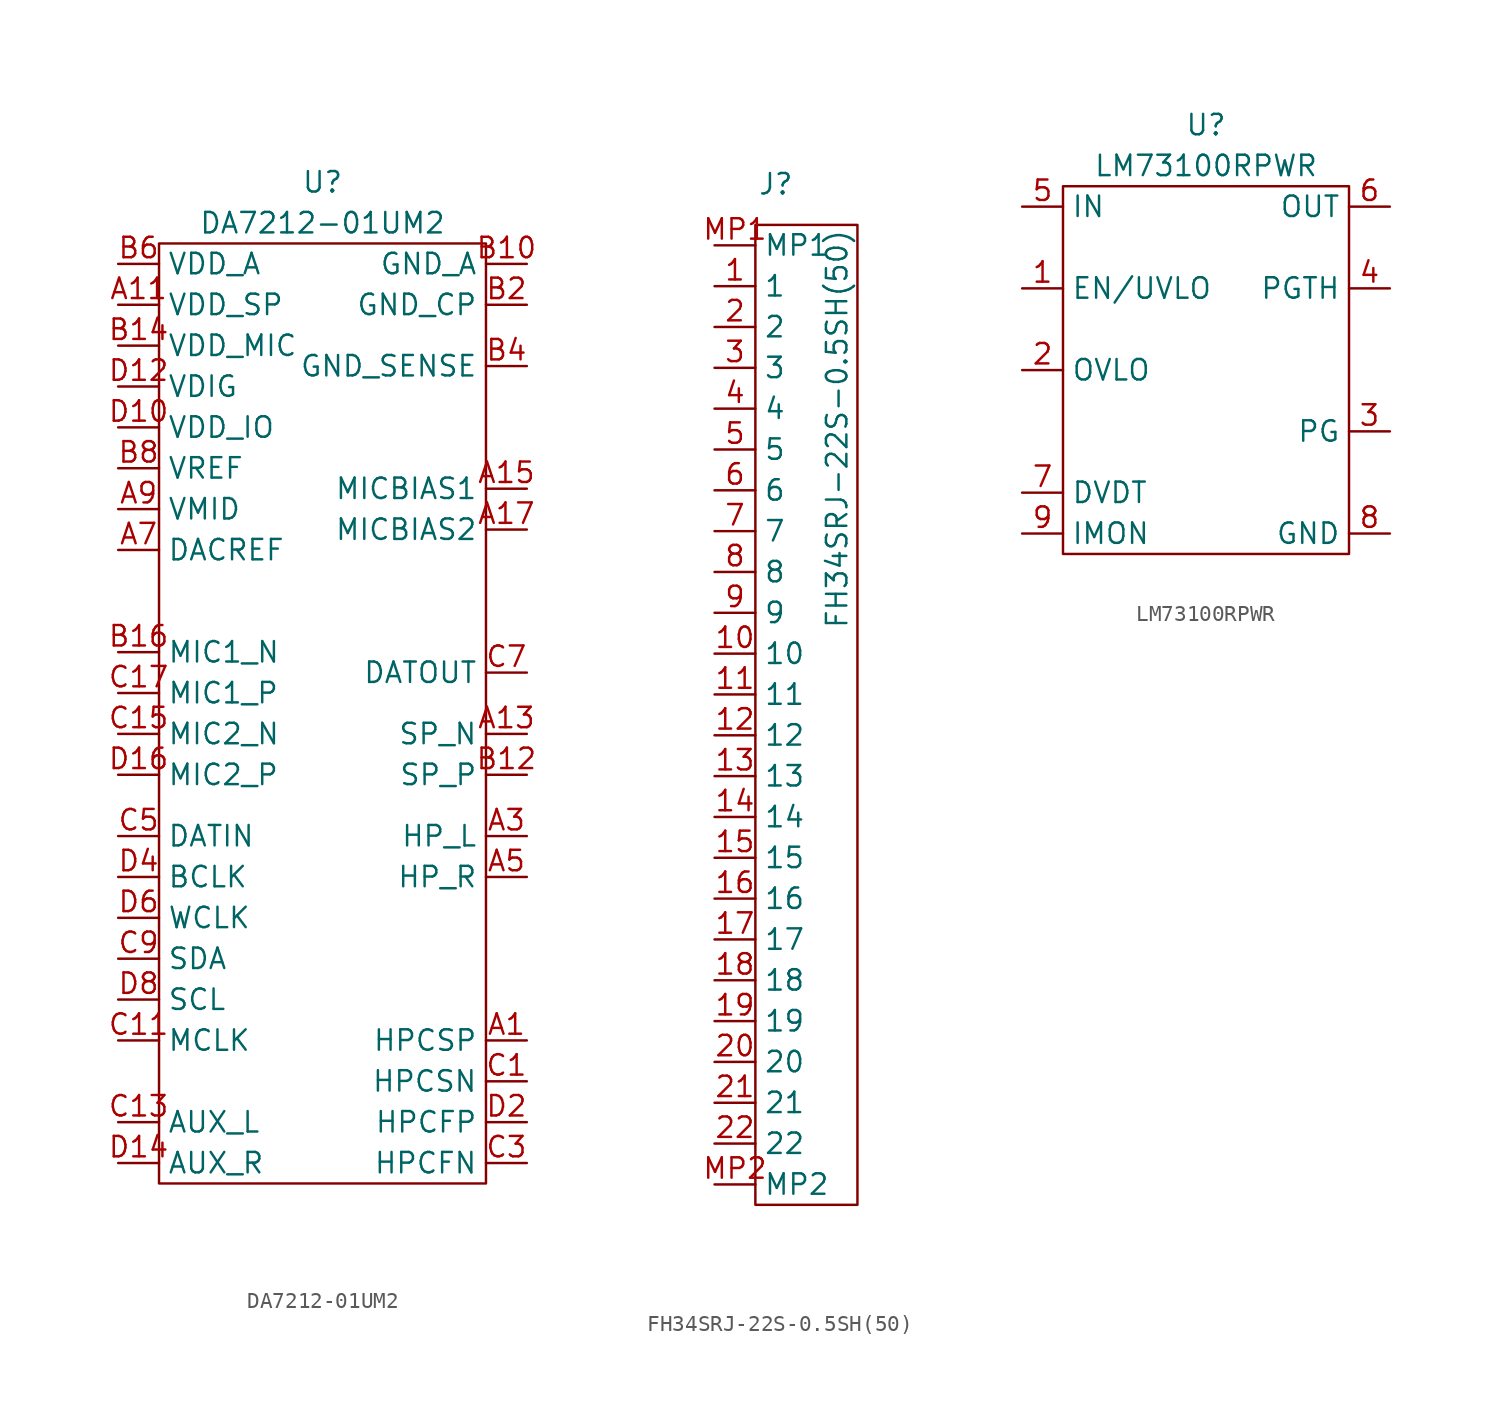
<source format=kicad_sym>
(kicad_symbol_lib
  (version 20220914)
  (generator kicad_symbol_editor)
  (symbol "DA7212-01UM2"
    (property "Reference" "U"
      (at 0 33.02 0)
      (effects (font (size 1.27 1.27))))
    (property "Value" "DA7212-01UM2"
      (at 0 30.48 0)
      (effects (font (size 1.27 1.27))))
    (symbol "DA7212-01UM2_0_0"
      (pin passive line (at 12.7 -20.32 180) (length 2.54) (name "HPCSP" (effects (font (size 1.27 1.27)))) (number "A1" (effects (font (size 1.27 1.27)))))
      (pin passive line (at -12.7 25.4 0) (length 2.54) (name "VDD_SP" (effects (font (size 1.27 1.27)))) (number "A11" (effects (font (size 1.27 1.27)))))
      (pin passive line (at 12.7 -1.27 180) (length 2.54) (name "SP_N" (effects (font (size 1.27 1.27)))) (number "A13" (effects (font (size 1.27 1.27)))))
      (pin passive line (at 12.7 13.97 180) (length 2.54) (name "MICBIAS1" (effects (font (size 1.27 1.27)))) (number "A15" (effects (font (size 1.27 1.27)))))
      (pin passive line (at 12.7 11.43 180) (length 2.54) (name "MICBIAS2" (effects (font (size 1.27 1.27)))) (number "A17" (effects (font (size 1.27 1.27)))))
      (pin passive line (at 12.7 -7.62 180) (length 2.54) (name "HP_L" (effects (font (size 1.27 1.27)))) (number "A3" (effects (font (size 1.27 1.27)))))
      (pin passive line (at 12.7 -10.16 180) (length 2.54) (name "HP_R" (effects (font (size 1.27 1.27)))) (number "A5" (effects (font (size 1.27 1.27)))))
      (pin passive line (at -12.7 10.16 0) (length 2.54) (name "DACREF" (effects (font (size 1.27 1.27)))) (number "A7" (effects (font (size 1.27 1.27)))))
      (pin passive line (at -12.7 12.7 0) (length 2.54) (name "VMID" (effects (font (size 1.27 1.27)))) (number "A9" (effects (font (size 1.27 1.27)))))
      (pin passive line (at 12.7 27.94 180) (length 2.54) (name "GND_A" (effects (font (size 1.27 1.27)))) (number "B10" (effects (font (size 1.27 1.27)))))
      (pin passive line (at 12.7 -3.81 180) (length 2.54) (name "SP_P" (effects (font (size 1.27 1.27)))) (number "B12" (effects (font (size 1.27 1.27)))))
      (pin passive line (at -12.7 22.86 0) (length 2.54) (name "VDD_MIC" (effects (font (size 1.27 1.27)))) (number "B14" (effects (font (size 1.27 1.27)))))
      (pin passive line (at -12.7 3.81 0) (length 2.54) (name "MIC1_N" (effects (font (size 1.27 1.27)))) (number "B16" (effects (font (size 1.27 1.27)))))
      (pin passive line (at 12.7 25.4 180) (length 2.54) (name "GND_CP" (effects (font (size 1.27 1.27)))) (number "B2" (effects (font (size 1.27 1.27)))))
      (pin passive line (at 12.7 21.59 180) (length 2.54) (name "GND_SENSE" (effects (font (size 1.27 1.27)))) (number "B4" (effects (font (size 1.27 1.27)))))
      (pin passive line (at -12.7 27.94 0) (length 2.54) (name "VDD_A" (effects (font (size 1.27 1.27)))) (number "B6" (effects (font (size 1.27 1.27)))))
      (pin passive line (at -12.7 15.24 0) (length 2.54) (name "VREF" (effects (font (size 1.27 1.27)))) (number "B8" (effects (font (size 1.27 1.27)))))
      (pin passive line (at 12.7 -22.86 180) (length 2.54) (name "HPCSN" (effects (font (size 1.27 1.27)))) (number "C1" (effects (font (size 1.27 1.27)))))
      (pin passive line (at -12.7 -20.32 0) (length 2.54) (name "MCLK" (effects (font (size 1.27 1.27)))) (number "C11" (effects (font (size 1.27 1.27)))))
      (pin passive line (at -12.7 -25.4 0) (length 2.54) (name "AUX_L" (effects (font (size 1.27 1.27)))) (number "C13" (effects (font (size 1.27 1.27)))))
      (pin passive line (at -12.7 -1.27 0) (length 2.54) (name "MIC2_N" (effects (font (size 1.27 1.27)))) (number "C15" (effects (font (size 1.27 1.27)))))
      (pin passive line (at -12.7 1.27 0) (length 2.54) (name "MIC1_P" (effects (font (size 1.27 1.27)))) (number "C17" (effects (font (size 1.27 1.27)))))
      (pin passive line (at 12.7 -27.94 180) (length 2.54) (name "HPCFN" (effects (font (size 1.27 1.27)))) (number "C3" (effects (font (size 1.27 1.27)))))
      (pin passive line (at -12.7 -7.62 0) (length 2.54) (name "DATIN" (effects (font (size 1.27 1.27)))) (number "C5" (effects (font (size 1.27 1.27)))))
      (pin passive line (at 12.7 2.54 180) (length 2.54) (name "DATOUT" (effects (font (size 1.27 1.27)))) (number "C7" (effects (font (size 1.27 1.27)))))
      (pin passive line (at -12.7 -15.24 0) (length 2.54) (name "SDA" (effects (font (size 1.27 1.27)))) (number "C9" (effects (font (size 1.27 1.27)))))
      (pin passive line (at -12.7 17.78 0) (length 2.54) (name "VDD_IO" (effects (font (size 1.27 1.27)))) (number "D10" (effects (font (size 1.27 1.27)))))
      (pin passive line (at -12.7 20.32 0) (length 2.54) (name "VDIG" (effects (font (size 1.27 1.27)))) (number "D12" (effects (font (size 1.27 1.27)))))
      (pin passive line (at -12.7 -27.94 0) (length 2.54) (name "AUX_R" (effects (font (size 1.27 1.27)))) (number "D14" (effects (font (size 1.27 1.27)))))
      (pin passive line (at -12.7 -3.81 0) (length 2.54) (name "MIC2_P" (effects (font (size 1.27 1.27)))) (number "D16" (effects (font (size 1.27 1.27)))))
      (pin passive line (at 12.7 -25.4 180) (length 2.54) (name "HPCFP" (effects (font (size 1.27 1.27)))) (number "D2" (effects (font (size 1.27 1.27)))))
      (pin passive line (at -12.7 -10.16 0) (length 2.54) (name "BCLK" (effects (font (size 1.27 1.27)))) (number "D4" (effects (font (size 1.27 1.27)))))
      (pin passive line (at -12.7 -12.7 0) (length 2.54) (name "WCLK" (effects (font (size 1.27 1.27)))) (number "D6" (effects (font (size 1.27 1.27)))))
      (pin passive line (at -12.7 -17.78 0) (length 2.54) (name "SCL" (effects (font (size 1.27 1.27)))) (number "D8" (effects (font (size 1.27 1.27))))))
    (symbol "DA7212-01UM2_0_1"
      (rectangle (start -10.16 29.21) (end 10.16 -29.21) (stroke (width 0) (type default)) (fill (type none)))))
  (symbol "FH34SRJ-22S-0.5SH(50)"
    (property "Reference" "J"
      (at 1.27 2.54 0)
      (effects (font (size 1.27 1.27))))
    (property "Value" "FH34SRJ-22S-0.5SH(50)"
      (at 5.08 -12.7 90)
      (effects (font (size 1.27 1.27))))
    (symbol "FH34SRJ-22S-0.5SH(50)_0_0"
      (pin passive line (at -2.54 -3.81 0) (length 2.54) (name "1" (effects (font (size 1.27 1.27)))) (number "1" (effects (font (size 1.27 1.27)))))
      (pin passive line (at -2.54 -26.67 0) (length 2.54) (name "10" (effects (font (size 1.27 1.27)))) (number "10" (effects (font (size 1.27 1.27)))))
      (pin passive line (at -2.54 -29.21 0) (length 2.54) (name "11" (effects (font (size 1.27 1.27)))) (number "11" (effects (font (size 1.27 1.27)))))
      (pin passive line (at -2.54 -31.75 0) (length 2.54) (name "12" (effects (font (size 1.27 1.27)))) (number "12" (effects (font (size 1.27 1.27)))))
      (pin passive line (at -2.54 -34.29 0) (length 2.54) (name "13" (effects (font (size 1.27 1.27)))) (number "13" (effects (font (size 1.27 1.27)))))
      (pin passive line (at -2.54 -36.83 0) (length 2.54) (name "14" (effects (font (size 1.27 1.27)))) (number "14" (effects (font (size 1.27 1.27)))))
      (pin passive line (at -2.54 -39.37 0) (length 2.54) (name "15" (effects (font (size 1.27 1.27)))) (number "15" (effects (font (size 1.27 1.27)))))
      (pin passive line (at -2.54 -41.91 0) (length 2.54) (name "16" (effects (font (size 1.27 1.27)))) (number "16" (effects (font (size 1.27 1.27)))))
      (pin passive line (at -2.54 -44.45 0) (length 2.54) (name "17" (effects (font (size 1.27 1.27)))) (number "17" (effects (font (size 1.27 1.27)))))
      (pin passive line (at -2.54 -46.99 0) (length 2.54) (name "18" (effects (font (size 1.27 1.27)))) (number "18" (effects (font (size 1.27 1.27)))))
      (pin passive line (at -2.54 -49.53 0) (length 2.54) (name "19" (effects (font (size 1.27 1.27)))) (number "19" (effects (font (size 1.27 1.27)))))
      (pin passive line (at -2.54 -52.07 0) (length 2.54) (name "20" (effects (font (size 1.27 1.27)))) (number "20" (effects (font (size 1.27 1.27)))))
      (pin passive line (at -2.54 -54.61 0) (length 2.54) (name "21" (effects (font (size 1.27 1.27)))) (number "21" (effects (font (size 1.27 1.27)))))
      (pin passive line (at -2.54 -57.15 0) (length 2.54) (name "22" (effects (font (size 1.27 1.27)))) (number "22" (effects (font (size 1.27 1.27)))))
      (pin passive line (at -2.54 -8.89 0) (length 2.54) (name "3" (effects (font (size 1.27 1.27)))) (number "3" (effects (font (size 1.27 1.27)))))
      (pin passive line (at -2.54 -11.43 0) (length 2.54) (name "4" (effects (font (size 1.27 1.27)))) (number "4" (effects (font (size 1.27 1.27)))))
      (pin passive line (at -2.54 -13.97 0) (length 2.54) (name "5" (effects (font (size 1.27 1.27)))) (number "5" (effects (font (size 1.27 1.27)))))
      (pin passive line (at -2.54 -16.51 0) (length 2.54) (name "6" (effects (font (size 1.27 1.27)))) (number "6" (effects (font (size 1.27 1.27)))))
      (pin passive line (at -2.54 -19.05 0) (length 2.54) (name "7" (effects (font (size 1.27 1.27)))) (number "7" (effects (font (size 1.27 1.27)))))
      (pin passive line (at -2.54 -21.59 0) (length 2.54) (name "8" (effects (font (size 1.27 1.27)))) (number "8" (effects (font (size 1.27 1.27)))))
      (pin passive line (at -2.54 -24.13 0) (length 2.54) (name "9" (effects (font (size 1.27 1.27)))) (number "9" (effects (font (size 1.27 1.27))))))
    (symbol "FH34SRJ-22S-0.5SH(50)_0_1"
      (rectangle (start 0 0) (end 6.35 -60.96) (stroke (width 0) (type default)) (fill (type none))))
    (symbol "FH34SRJ-22S-0.5SH(50)_1_0"
      (pin passive line (at -2.54 -6.35 0) (length 2.54) (name "2" (effects (font (size 1.27 1.27)))) (number "2" (effects (font (size 1.27 1.27)))))
      (pin passive line (at -2.54 -1.27 0) (length 2.54) (name "MP1" (effects (font (size 1.27 1.27)))) (number "MP1" (effects (font (size 1.27 1.27)))))
      (pin passive line (at -2.54 -59.69 0) (length 2.54) (name "MP2" (effects (font (size 1.27 1.27)))) (number "MP2" (effects (font (size 1.27 1.27)))))))
  (symbol "LM73100RPWR"
    (property "Reference" "U"
      (at 0 15.24 0)
      (effects (font (size 1.27 1.27))))
    (property "Value" "LM73100RPWR"
      (at 0 12.7 0)
      (effects (font (size 1.27 1.27))))
    (symbol "LM73100RPWR_0_0"
      (pin input line (at -11.43 5.08 0) (length 2.54) (name "EN/UVLO" (effects (font (size 1.27 1.27)))) (number "1" (effects (font (size 1.27 1.27)))))
      (pin no_connect line (at 0 -3.81 180) (length 2.54) hide (name "DNC" (effects (font (size 1.27 1.27)))) (number "10" (effects (font (size 1.27 1.27)))))
      (pin input line (at -11.43 0 0) (length 2.54) (name "OVLO" (effects (font (size 1.27 1.27)))) (number "2" (effects (font (size 1.27 1.27)))))
      (pin output line (at 11.43 -3.81 180) (length 2.54) (name "PG" (effects (font (size 1.27 1.27)))) (number "3" (effects (font (size 1.27 1.27)))))
      (pin input line (at 11.43 5.08 180) (length 2.54) (name "PGTH" (effects (font (size 1.27 1.27)))) (number "4" (effects (font (size 1.27 1.27)))))
      (pin power_in line (at -11.43 10.16 0) (length 2.54) (name "IN" (effects (font (size 1.27 1.27)))) (number "5" (effects (font (size 1.27 1.27)))))
      (pin power_out line (at 11.43 10.16 180) (length 2.54) (name "OUT" (effects (font (size 1.27 1.27)))) (number "6" (effects (font (size 1.27 1.27)))))
      (pin output line (at -11.43 -7.62 0) (length 2.54) (name "DVDT" (effects (font (size 1.27 1.27)))) (number "7" (effects (font (size 1.27 1.27)))))
      (pin power_in line (at 11.43 -10.16 180) (length 2.54) (name "GND" (effects (font (size 1.27 1.27)))) (number "8" (effects (font (size 1.27 1.27)))))
      (pin output line (at -11.43 -10.16 0) (length 2.54) (name "IMON" (effects (font (size 1.27 1.27)))) (number "9" (effects (font (size 1.27 1.27))))))
    (symbol "LM73100RPWR_0_1"
      (rectangle (start -8.89 11.43) (end 8.89 -11.43) (stroke (width 0) (type default)) (fill (type none))))))
</source>
